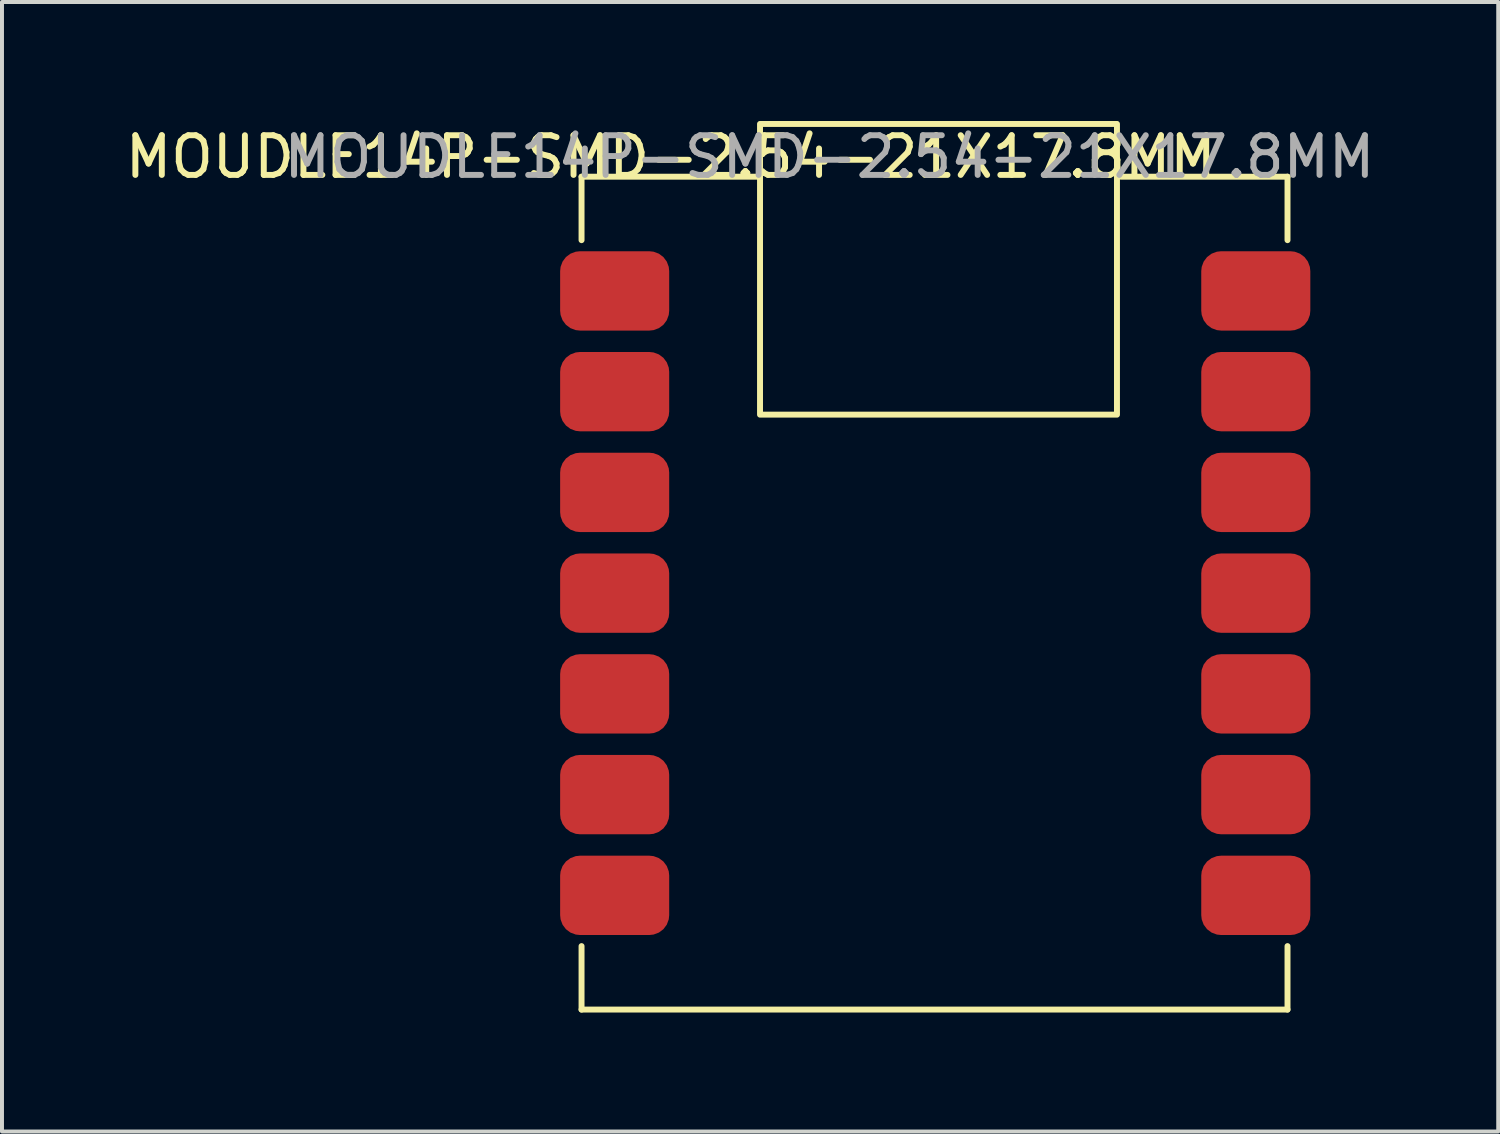
<source format=kicad_pcb>
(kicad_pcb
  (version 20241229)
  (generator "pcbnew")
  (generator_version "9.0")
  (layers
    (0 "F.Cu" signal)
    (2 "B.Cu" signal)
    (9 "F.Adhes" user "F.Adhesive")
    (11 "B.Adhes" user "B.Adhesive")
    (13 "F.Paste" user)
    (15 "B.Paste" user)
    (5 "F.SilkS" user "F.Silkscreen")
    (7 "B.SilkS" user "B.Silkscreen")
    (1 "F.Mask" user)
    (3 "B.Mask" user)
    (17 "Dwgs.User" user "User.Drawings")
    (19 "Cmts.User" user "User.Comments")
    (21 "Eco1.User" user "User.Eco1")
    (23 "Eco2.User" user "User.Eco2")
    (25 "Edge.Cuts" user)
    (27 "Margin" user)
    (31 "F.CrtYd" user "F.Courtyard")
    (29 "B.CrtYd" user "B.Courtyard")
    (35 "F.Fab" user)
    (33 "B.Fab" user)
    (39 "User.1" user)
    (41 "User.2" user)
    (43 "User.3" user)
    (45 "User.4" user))
  (footprint "MOUDLE14P-SMD-2.54-21X17.8MM"
    (layer "F.Cu")
    (at 20.413 12.405)
    (property "Reference" "MOUDLE14P-SMD-2.54-21X17.8MM" (at -6.55 -11.5 0) (unlocked yes) (layer "F.SilkS") (effects (font (size 1 1) (thickness 0.15))))
    (attr smd)
    (fp_line (start -8.8 -11) (end -8.8 -9.4) (stroke (width 0.15) (type default)) (layer "F.SilkS"))
    (fp_line (start -8.8 -11) (end -4.3 -11) (stroke (width 0.15) (type default)) (layer "F.SilkS"))
    (fp_line (start -8.8 10) (end -8.8 8.4) (stroke (width 0.15) (type default)) (layer "F.SilkS"))
    (fp_line (start -8.8 10) (end 9 10) (stroke (width 0.15) (type default)) (layer "F.SilkS"))
    (fp_line (start 4.8 -11) (end 9 -11) (stroke (width 0.15) (type default)) (layer "F.SilkS"))
    (fp_line (start 9 -11) (end 9 -9.4) (stroke (width 0.15) (type default)) (layer "F.SilkS"))
    (fp_line (start 9 10) (end 9 8.4) (stroke (width 0.15) (type default)) (layer "F.SilkS"))
    (fp_rect (start -4.3 -12.33) (end 4.7 -5) (stroke (width 0.15) (type solid)) (fill no) (layer "F.SilkS"))
    (fp_text user "${REFERENCE}" (at -2.55 -11.5 0) (unlocked yes) (layer "F.Fab") (effects (font (size 1 1) (thickness 0.15))))
    (pad "1" smd roundrect (at -7.965 -8.12) (size 2.75 2) (layers "F.Cu" "F.Mask" "F.Paste") (roundrect_rratio 0.25))
    (pad "2" smd roundrect (at -7.965 -5.58) (size 2.75 2) (layers "F.Cu" "F.Mask" "F.Paste") (roundrect_rratio 0.25))
    (pad "3" smd roundrect (at -7.965 -3.04) (size 2.75 2) (layers "F.Cu" "F.Mask" "F.Paste") (roundrect_rratio 0.25))
    (pad "4" smd roundrect (at -7.965 -0.5) (size 2.75 2) (layers "F.Cu" "F.Mask" "F.Paste") (roundrect_rratio 0.25))
    (pad "5" smd roundrect (at -7.965 2.04) (size 2.75 2) (layers "F.Cu" "F.Mask" "F.Paste") (roundrect_rratio 0.25))
    (pad "6" smd roundrect (at -7.965 4.58) (size 2.75 2) (layers "F.Cu" "F.Mask" "F.Paste") (roundrect_rratio 0.25))
    (pad "7" smd roundrect (at -7.965 7.12) (size 2.75 2) (layers "F.Cu" "F.Mask" "F.Paste") (roundrect_rratio 0.25))
    (pad "8" smd roundrect (at 8.2 7.12) (size 2.75 2) (layers "F.Cu" "F.Mask" "F.Paste") (roundrect_rratio 0.25))
    (pad "9" smd roundrect (at 8.2 4.58) (size 2.75 2) (layers "F.Cu" "F.Mask" "F.Paste") (roundrect_rratio 0.25))
    (pad "10" smd roundrect (at 8.2 2.04) (size 2.75 2) (layers "F.Cu" "F.Mask" "F.Paste") (roundrect_rratio 0.25))
    (pad "11" smd roundrect (at 8.2 -0.5) (size 2.75 2) (layers "F.Cu" "F.Mask" "F.Paste") (roundrect_rratio 0.25))
    (pad "12" smd roundrect (at 8.2 -3.04) (size 2.75 2) (layers "F.Cu" "F.Mask" "F.Paste") (roundrect_rratio 0.25))
    (pad "13" smd roundrect (at 8.2 -5.58) (size 2.75 2) (layers "F.Cu" "F.Mask" "F.Paste") (roundrect_rratio 0.25))
    (pad "14" smd roundrect (at 8.2 -8.12) (size 2.75 2) (layers "F.Cu" "F.Mask" "F.Paste") (roundrect_rratio 0.25)))
  (gr_rect
    (start -3 -3)
    (end 34.726 25.48)
    (stroke (width 0.1) (type default))
    (fill no)
    (layer "Edge.Cuts")))
</source>
